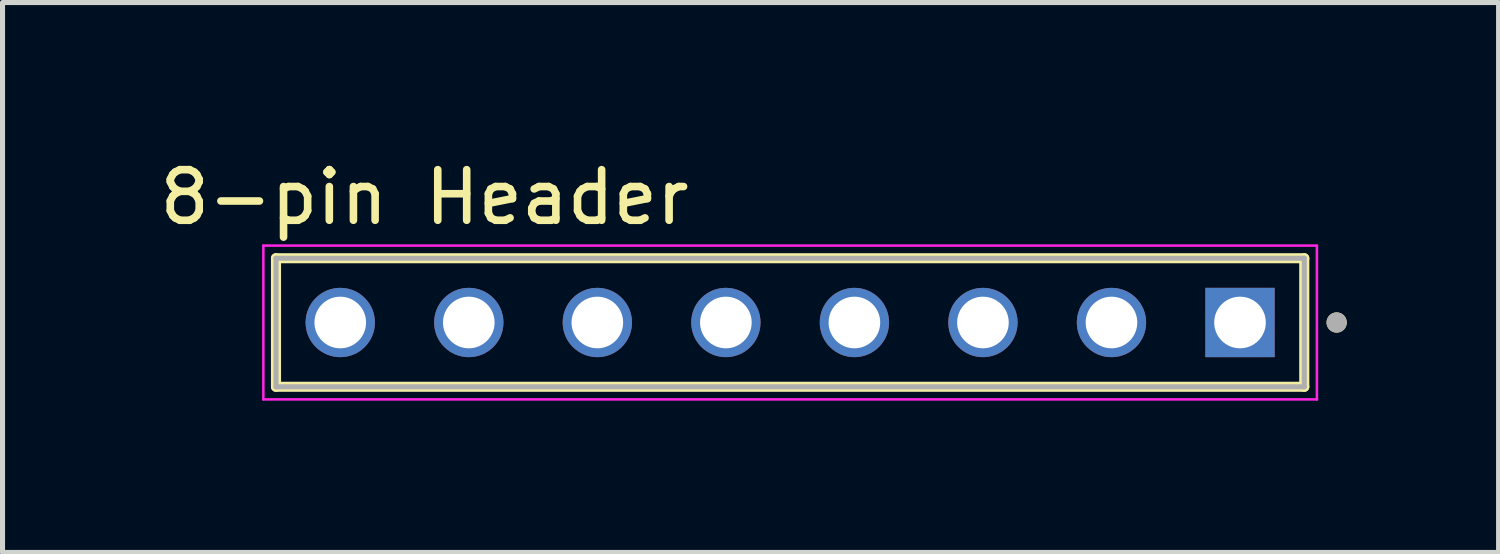
<source format=kicad_pcb>
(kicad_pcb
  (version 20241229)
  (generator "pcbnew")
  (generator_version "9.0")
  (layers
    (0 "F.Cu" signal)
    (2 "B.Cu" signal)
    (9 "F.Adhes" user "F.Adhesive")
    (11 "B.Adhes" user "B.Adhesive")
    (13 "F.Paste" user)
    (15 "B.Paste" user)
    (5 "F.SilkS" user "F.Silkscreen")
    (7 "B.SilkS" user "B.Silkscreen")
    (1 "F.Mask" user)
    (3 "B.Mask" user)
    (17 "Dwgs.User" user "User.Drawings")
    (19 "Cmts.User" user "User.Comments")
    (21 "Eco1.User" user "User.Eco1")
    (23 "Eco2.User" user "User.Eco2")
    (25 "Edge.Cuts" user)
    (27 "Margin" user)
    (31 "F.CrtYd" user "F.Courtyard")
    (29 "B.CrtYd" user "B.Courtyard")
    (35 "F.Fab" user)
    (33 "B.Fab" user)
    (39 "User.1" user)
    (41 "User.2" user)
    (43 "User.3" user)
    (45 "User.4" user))
  (footprint "8-pin Header"
    (layer "F.Cu")
    (at 12.564 3.323)
    (property "Reference" "8-pin Header" (at -7.225 -2.475 0) (layer "F.SilkS") (effects (font (size 1 1) (thickness 0.15))))
    (attr through_hole)
    (fp_line (start -10.16 -1.27) (end -10.16 1.27) (stroke (width 0.2) (type solid)) (layer "F.SilkS"))
    (fp_line (start -10.16 1.27) (end 10.16 1.27) (stroke (width 0.2) (type solid)) (layer "F.SilkS"))
    (fp_line (start 10.16 -1.27) (end -10.16 -1.27) (stroke (width 0.2) (type solid)) (layer "F.SilkS"))
    (fp_line (start 10.16 1.27) (end 10.16 -1.27) (stroke (width 0.2) (type solid)) (layer "F.SilkS"))
    (fp_circle (center 10.8 0) (end 10.9 0) (stroke (width 0.2) (type solid)) (fill no) (layer "F.SilkS"))
    (fp_line (start -10.41 -1.52) (end -10.41 1.52) (stroke (width 0.05) (type solid)) (layer "F.CrtYd"))
    (fp_line (start -10.41 1.52) (end 10.41 1.52) (stroke (width 0.05) (type solid)) (layer "F.CrtYd"))
    (fp_line (start 10.41 -1.52) (end -10.41 -1.52) (stroke (width 0.05) (type solid)) (layer "F.CrtYd"))
    (fp_line (start 10.41 1.52) (end 10.41 -1.52) (stroke (width 0.05) (type solid)) (layer "F.CrtYd"))
    (fp_line (start -10.16 -1.27) (end -10.16 1.27) (stroke (width 0.1) (type solid)) (layer "F.Fab"))
    (fp_line (start -10.16 1.27) (end 10.16 1.27) (stroke (width 0.1) (type solid)) (layer "F.Fab"))
    (fp_line (start 10.16 -1.27) (end -10.16 -1.27) (stroke (width 0.1) (type solid)) (layer "F.Fab"))
    (fp_line (start 10.16 1.27) (end 10.16 -1.27) (stroke (width 0.1) (type solid)) (layer "F.Fab"))
    (fp_circle (center 10.8 0) (end 10.9 0) (stroke (width 0.2) (type solid)) (fill no) (layer "F.Fab"))
    (pad "01" thru_hole rect (at 8.89 0) (size 1.37 1.37) (drill 1.02) (layers "*.Cu" "*.Mask"))
    (pad "02" thru_hole circle (at 6.35 0) (size 1.37 1.37) (drill 1.02) (layers "*.Cu" "*.Mask"))
    (pad "03" thru_hole circle (at 3.81 0) (size 1.37 1.37) (drill 1.02) (layers "*.Cu" "*.Mask"))
    (pad "04" thru_hole circle (at 1.27 0) (size 1.37 1.37) (drill 1.02) (layers "*.Cu" "*.Mask"))
    (pad "05" thru_hole circle (at -1.27 0) (size 1.37 1.37) (drill 1.02) (layers "*.Cu" "*.Mask"))
    (pad "06" thru_hole circle (at -3.81 0) (size 1.37 1.37) (drill 1.02) (layers "*.Cu" "*.Mask"))
    (pad "07" thru_hole circle (at -6.35 0) (size 1.37 1.37) (drill 1.02) (layers "*.Cu" "*.Mask"))
    (pad "08" thru_hole circle (at -8.89 0) (size 1.37 1.37) (drill 1.02) (layers "*.Cu" "*.Mask")))
  (gr_rect
    (start -3 -3)
    (end 26.564 7.868)
    (stroke (width 0.1) (type default))
    (fill no)
    (layer "Edge.Cuts")))
</source>
